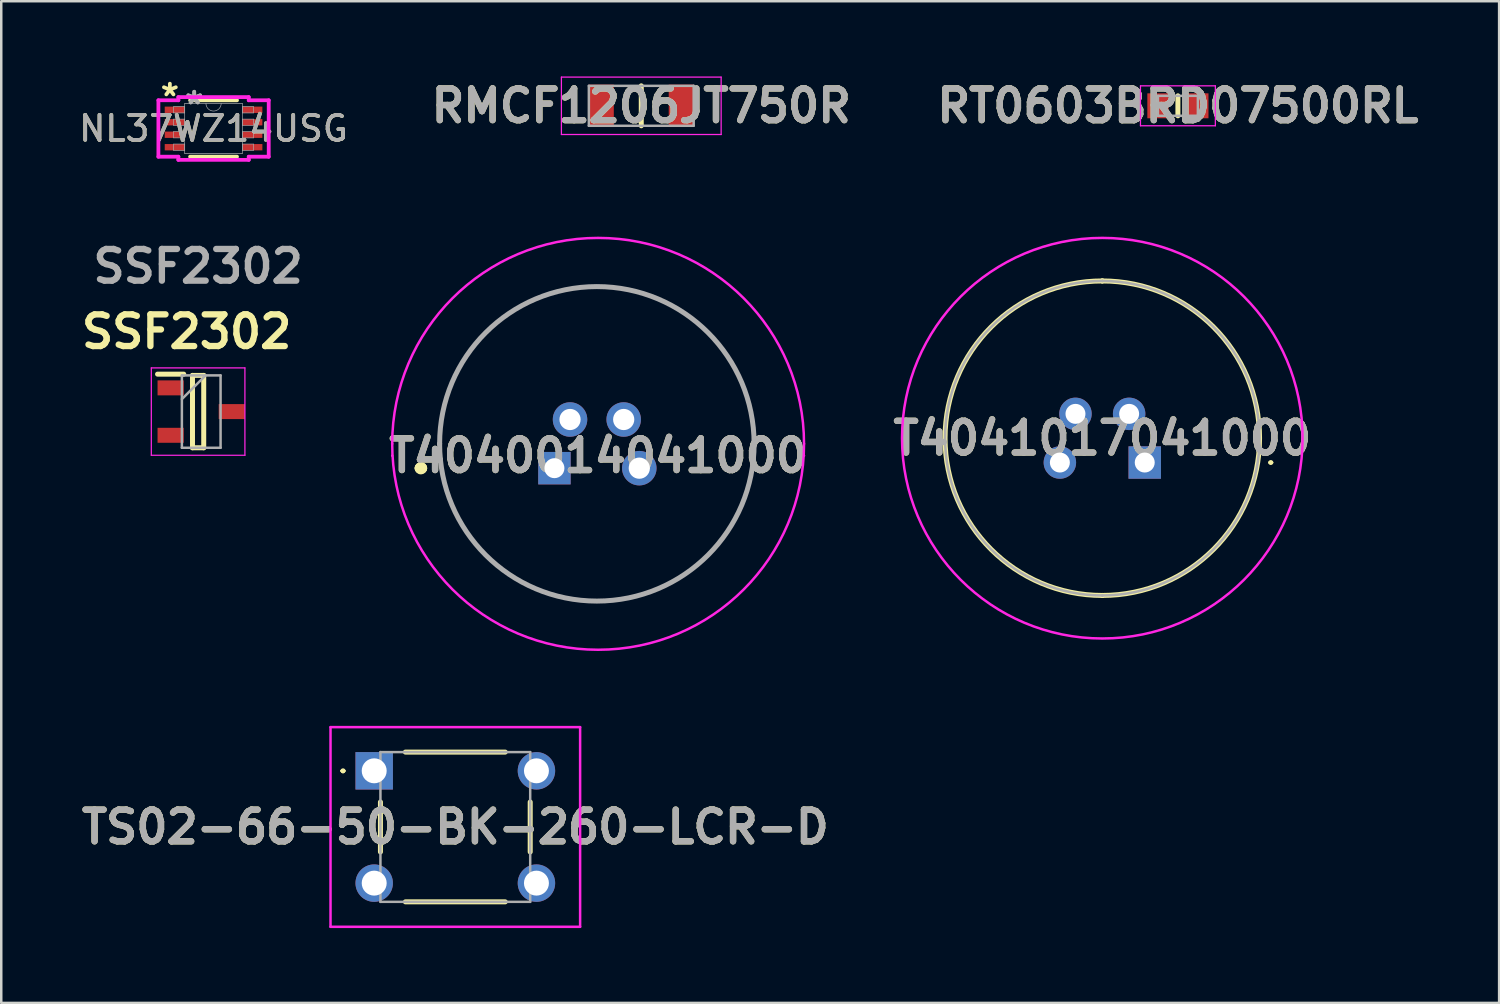
<source format=kicad_pcb>
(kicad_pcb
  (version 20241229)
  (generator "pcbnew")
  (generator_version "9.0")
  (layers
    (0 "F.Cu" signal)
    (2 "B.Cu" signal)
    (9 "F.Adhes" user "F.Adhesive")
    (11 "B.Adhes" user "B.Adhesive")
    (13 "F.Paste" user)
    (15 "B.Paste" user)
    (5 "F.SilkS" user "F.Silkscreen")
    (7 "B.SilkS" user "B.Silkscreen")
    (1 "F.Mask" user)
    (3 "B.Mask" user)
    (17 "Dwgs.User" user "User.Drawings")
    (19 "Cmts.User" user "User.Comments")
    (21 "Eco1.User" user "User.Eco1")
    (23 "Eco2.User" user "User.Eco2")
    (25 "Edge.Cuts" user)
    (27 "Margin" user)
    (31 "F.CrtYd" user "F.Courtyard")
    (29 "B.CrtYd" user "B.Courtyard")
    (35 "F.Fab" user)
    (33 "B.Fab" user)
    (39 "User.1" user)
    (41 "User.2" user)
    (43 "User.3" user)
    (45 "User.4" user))
  (footprint "RT0603BRD07500RL"
    (layer "F.Cu")
    (at 44.142 1.189)
    (property "Reference" "RT0603BRD07500RL" (at 0 0 0) (layer "F.SilkS") (effects (font (size 1.27 1.27) (thickness 0.254))))
    (attr smd)
    (fp_line (start 0 -0.4) (end 0 0.4) (stroke (width 0.2) (type solid)) (layer "F.SilkS"))
    (fp_line (start -1.5 -0.8) (end 1.5 -0.8) (stroke (width 0.05) (type solid)) (layer "F.CrtYd"))
    (fp_line (start -1.5 0.8) (end -1.5 -0.8) (stroke (width 0.05) (type solid)) (layer "F.CrtYd"))
    (fp_line (start 1.5 -0.8) (end 1.5 0.8) (stroke (width 0.05) (type solid)) (layer "F.CrtYd"))
    (fp_line (start 1.5 0.8) (end -1.5 0.8) (stroke (width 0.05) (type solid)) (layer "F.CrtYd"))
    (fp_line (start -0.8 0.4) (end -0.8 -0.4) (stroke (width 0.1) (type solid)) (layer "F.Fab"))
    (fp_line (start 0.8 -0.4) (end -0.8 -0.4) (stroke (width 0.1) (type solid)) (layer "F.Fab"))
    (fp_line (start 0.8 -0.4) (end 0.8 0.4) (stroke (width 0.1) (type solid)) (layer "F.Fab"))
    (fp_line (start 0.8 0.4) (end -0.8 0.4) (stroke (width 0.1) (type solid)) (layer "F.Fab"))
    (fp_text user "${REFERENCE}" (at 0 0 0) (layer "F.Fab") (effects (font (size 1.27 1.27) (thickness 0.254))))
    (pad "1" smd rect (at -0.8 0) (size 0.85 1) (layers "F.Cu" "F.Mask" "F.Paste"))
    (pad "2" smd rect (at 0.8 0) (size 0.85 1) (layers "F.Cu" "F.Mask" "F.Paste")))
  (footprint "T4040014041000"
    (layer "F.Cu")
    (at 19.163 15.707)
    (property "Reference" "T4040014041000" (at 1.75 -0.5 0) (layer "F.SilkS") (effects (font (size 1.27 1.27) (thickness 0.254))))
    (attr through_hole)
    (fp_line (start -5.4 0) (end -5.4 0) (stroke (width 0.4) (type solid)) (layer "F.SilkS"))
    (fp_line (start -5.3 0) (end -5.3 0) (stroke (width 0.4) (type solid)) (layer "F.SilkS"))
    (fp_line (start -4.6 -0.975) (end -4.6 -0.975) (stroke (width 0.1) (type solid)) (layer "F.SilkS"))
    (fp_line (start 8 -0.975) (end 8 -0.975) (stroke (width 0.1) (type solid)) (layer "F.SilkS"))
    (fp_arc (start -5.4 0) (mid -5.35 -0.05) (end -5.3 0) (stroke (width 0.4) (type solid)) (layer "F.SilkS"))
    (fp_arc (start -5.3 0) (mid -5.35 0.05) (end -5.4 0) (stroke (width 0.4) (type solid)) (layer "F.SilkS"))
    (fp_arc (start -4.6 -0.975) (mid 1.7 -7.275) (end 8 -0.975) (stroke (width 0.1) (type solid)) (layer "F.SilkS"))
    (fp_arc (start 8 -0.975) (mid 1.7 5.325) (end -4.6 -0.975) (stroke (width 0.1) (type solid)) (layer "F.SilkS"))
    (fp_line (start -6.5 -0.5) (end -6.5 -0.5) (stroke (width 0.1) (type solid)) (layer "F.CrtYd"))
    (fp_line (start 10 -0.5) (end 10 -0.5) (stroke (width 0.1) (type solid)) (layer "F.CrtYd"))
    (fp_arc (start -6.5 -0.975) (mid 1.75 -9.225) (end 10 -0.975) (stroke (width 0.1) (type solid)) (layer "F.CrtYd"))
    (fp_arc (start 10 -0.975) (mid 1.75 7.275) (end -6.5 -0.975) (stroke (width 0.1) (type solid)) (layer "F.CrtYd"))
    (fp_line (start -4.6 -0.975) (end -4.6 -0.975) (stroke (width 0.2) (type solid)) (layer "F.Fab"))
    (fp_line (start 8 -0.975) (end 8 -0.975) (stroke (width 0.2) (type solid)) (layer "F.Fab"))
    (fp_arc (start -4.6 -0.975) (mid 1.7 -7.275) (end 8 -0.975) (stroke (width 0.2) (type solid)) (layer "F.Fab"))
    (fp_arc (start 8 -0.975) (mid 1.7 5.325) (end -4.6 -0.975) (stroke (width 0.2) (type solid)) (layer "F.Fab"))
    (fp_text user "${REFERENCE}" (at 1.75 -0.5 0) (layer "F.Fab") (effects (font (size 1.27 1.27) (thickness 0.254))))
    (pad "1" thru_hole rect (at 0 0) (size 1.3 1.3) (drill 0.8) (layers "*.Cu" "*.Mask"))
    (pad "2" thru_hole circle (at 0.625 -1.95) (size 1.381 1.381) (drill 0.85) (layers "*.Cu" "*.Mask"))
    (pad "3" thru_hole circle (at 3.4 0) (size 1.381 1.381) (drill 0.85) (layers "*.Cu" "*.Mask"))
    (pad "4" thru_hole circle (at 2.775 -1.95) (size 1.381 1.381) (drill 0.85) (layers "*.Cu" "*.Mask")))
  (footprint "RMCF1206JT750R"
    (layer "F.Cu")
    (at 22.642 1.189)
    (property "Reference" "RMCF1206JT750R" (at 0 0 0) (layer "F.SilkS") (effects (font (size 1.27 1.27) (thickness 0.254))))
    (attr smd)
    (fp_line (start 0 -0.8) (end 0 0.8) (stroke (width 0.2) (type solid)) (layer "F.SilkS"))
    (fp_line (start -3.2 -1.15) (end 3.2 -1.15) (stroke (width 0.05) (type solid)) (layer "F.CrtYd"))
    (fp_line (start -3.2 1.15) (end -3.2 -1.15) (stroke (width 0.05) (type solid)) (layer "F.CrtYd"))
    (fp_line (start 3.2 -1.15) (end 3.2 1.15) (stroke (width 0.05) (type solid)) (layer "F.CrtYd"))
    (fp_line (start 3.2 1.15) (end -3.2 1.15) (stroke (width 0.05) (type solid)) (layer "F.CrtYd"))
    (fp_line (start -2.1 -0.8) (end 2.1 -0.8) (stroke (width 0.1) (type solid)) (layer "F.Fab"))
    (fp_line (start -2.1 0.8) (end -2.1 -0.8) (stroke (width 0.1) (type solid)) (layer "F.Fab"))
    (fp_line (start 2.1 -0.8) (end 2.1 0.8) (stroke (width 0.1) (type solid)) (layer "F.Fab"))
    (fp_line (start 2.1 0.8) (end -2.1 0.8) (stroke (width 0.1) (type solid)) (layer "F.Fab"))
    (fp_text user "${REFERENCE}" (at 0 0 0) (layer "F.Fab") (effects (font (size 1.27 1.27) (thickness 0.254))))
    (pad "1" smd rect (at -1.6 0) (size 1 1.7) (layers "F.Cu" "F.Mask" "F.Paste"))
    (pad "2" smd rect (at 1.6 0) (size 1 1.7) (layers "F.Cu" "F.Mask" "F.Paste")))
  (footprint "T4041017041000"
    (layer "F.Cu")
    (at 42.813 15.481)
    (property "Reference" "T4041017041000" (at -1.7 -0.975 0) (layer "F.SilkS") (effects (font (size 1.27 1.27) (thickness 0.254))))
    (attr through_hole)
    (fp_line (start -1.7 -7.275) (end -1.7 -7.275) (stroke (width 0.2) (type solid)) (layer "F.SilkS"))
    (fp_line (start -1.7 5.325) (end -1.7 5.325) (stroke (width 0.2) (type solid)) (layer "F.SilkS"))
    (fp_line (start 5 0) (end 5 0) (stroke (width 0.1) (type solid)) (layer "F.SilkS"))
    (fp_line (start 5.1 0) (end 5.1 0) (stroke (width 0.1) (type solid)) (layer "F.SilkS"))
    (fp_arc (start -1.7 -7.275) (mid 4.6 -0.975) (end -1.7 5.325) (stroke (width 0.2) (type solid)) (layer "F.SilkS"))
    (fp_arc (start -1.7 5.325) (mid -8 -0.975) (end -1.7 -7.275) (stroke (width 0.2) (type solid)) (layer "F.SilkS"))
    (fp_arc (start 5 0) (mid 5.05 -0.05) (end 5.1 0) (stroke (width 0.1) (type solid)) (layer "F.SilkS"))
    (fp_arc (start 5.1 0) (mid 5.05 0.05) (end 5 0) (stroke (width 0.1) (type solid)) (layer "F.SilkS"))
    (fp_circle (center -1.7 -0.975) (end -7 -7) (stroke (width 0.1) (type solid)) (fill no) (layer "F.CrtYd"))
    (fp_line (start -1.7 -7.275) (end -1.7 -7.275) (stroke (width 0.1) (type solid)) (layer "F.Fab"))
    (fp_line (start -1.7 5.325) (end -1.7 5.325) (stroke (width 0.1) (type solid)) (layer "F.Fab"))
    (fp_arc (start -1.7 -7.275) (mid 4.6 -0.975) (end -1.7 5.325) (stroke (width 0.1) (type solid)) (layer "F.Fab"))
    (fp_arc (start -1.7 5.325) (mid -8 -0.975) (end -1.7 -7.275) (stroke (width 0.1) (type solid)) (layer "F.Fab"))
    (fp_text user "${REFERENCE}" (at -1.7 -0.975 0) (layer "F.Fab") (effects (font (size 1.27 1.27) (thickness 0.254))))
    (pad "1" thru_hole rect (at 0 0) (size 1.3 1.3) (drill 0.8) (layers "*.Cu" "*.Mask"))
    (pad "2" thru_hole circle (at -0.625 -1.95) (size 1.3 1.3) (drill 0.8) (layers "*.Cu" "*.Mask"))
    (pad "3" thru_hole circle (at -3.4 0) (size 1.3 1.3) (drill 0.8) (layers "*.Cu" "*.Mask"))
    (pad "4" thru_hole circle (at -2.775 -1.95) (size 1.3 1.3) (drill 0.8) (layers "*.Cu" "*.Mask")))
  (footprint "SSF2302"
    (layer "F.Cu")
    (at 4.887 13.44)
    (property "Reference" "SSF2302" (at -0.46 -3.2 0) (layer "F.SilkS") (effects (font (size 1.27 1.27) (thickness 0.254))))
    (attr smd)
    (fp_line (start -1.625 -1.5) (end -0.575 -1.5) (stroke (width 0.2) (type solid)) (layer "F.SilkS"))
    (fp_line (start -0.225 -1.45) (end 0.225 -1.45) (stroke (width 0.2) (type solid)) (layer "F.SilkS"))
    (fp_line (start -0.225 1.45) (end -0.225 -1.45) (stroke (width 0.2) (type solid)) (layer "F.SilkS"))
    (fp_line (start 0.225 -1.45) (end 0.225 1.45) (stroke (width 0.2) (type solid)) (layer "F.SilkS"))
    (fp_line (start 0.225 1.45) (end -0.225 1.45) (stroke (width 0.2) (type solid)) (layer "F.SilkS"))
    (fp_line (start -1.875 -1.75) (end 1.875 -1.75) (stroke (width 0.05) (type solid)) (layer "F.CrtYd"))
    (fp_line (start -1.875 1.75) (end -1.875 -1.75) (stroke (width 0.05) (type solid)) (layer "F.CrtYd"))
    (fp_line (start 1.875 -1.75) (end 1.875 1.75) (stroke (width 0.05) (type solid)) (layer "F.CrtYd"))
    (fp_line (start 1.875 1.75) (end -1.875 1.75) (stroke (width 0.05) (type solid)) (layer "F.CrtYd"))
    (fp_line (start -0.65 -1.45) (end 0.9 -1.45) (stroke (width 0.1) (type solid)) (layer "F.Fab"))
    (fp_line (start -0.65 -0.5) (end 0.3 -1.45) (stroke (width 0.1) (type solid)) (layer "F.Fab"))
    (fp_line (start -0.65 1.45) (end -0.65 -1.45) (stroke (width 0.1) (type solid)) (layer "F.Fab"))
    (fp_line (start 0.9 -1.45) (end 0.9 1.45) (stroke (width 0.1) (type solid)) (layer "F.Fab"))
    (fp_line (start 0.9 1.45) (end -0.65 1.45) (stroke (width 0.1) (type solid)) (layer "F.Fab"))
    (fp_text user "${REFERENCE}" (at 0 -5.82 0) (layer "F.Fab") (effects (font (size 1.27 1.27) (thickness 0.254))))
    (pad "1" smd rect (at -1.1 -0.95 90) (size 0.6 1.05) (layers "F.Cu" "F.Mask" "F.Paste"))
    (pad "2" smd rect (at -1.1 0.95 90) (size 0.6 1.05) (layers "F.Cu" "F.Mask" "F.Paste"))
    (pad "3" smd rect (at 1.35 0 90) (size 0.6 1.05) (layers "F.Cu" "F.Mask" "F.Paste")))
  (footprint "TS02-66-50-BK-260-LCR-D"
    (layer "F.Cu")
    (at 11.942 27.832)
    (property "Reference" "TS02-66-50-BK-260-LCR-D" (at 3.25 2.25 0) (layer "F.SilkS") (effects (font (size 1.27 1.27) (thickness 0.254))))
    (attr through_hole)
    (fp_line (start -1.3 0) (end -1.3 0) (stroke (width 0.1) (type solid)) (layer "F.SilkS"))
    (fp_line (start -1.3 0) (end -1.3 0) (stroke (width 0.1) (type solid)) (layer "F.SilkS"))
    (fp_line (start -1.2 0) (end -1.2 0) (stroke (width 0.1) (type solid)) (layer "F.SilkS"))
    (fp_line (start 0.25 1.25) (end 0.25 3.25) (stroke (width 0.2) (type solid)) (layer "F.SilkS"))
    (fp_line (start 1.25 -0.75) (end 5.25 -0.75) (stroke (width 0.2) (type solid)) (layer "F.SilkS"))
    (fp_line (start 1.25 5.25) (end 5.25 5.25) (stroke (width 0.2) (type solid)) (layer "F.SilkS"))
    (fp_line (start 6.25 1.25) (end 6.25 3.25) (stroke (width 0.2) (type solid)) (layer "F.SilkS"))
    (fp_arc (start -1.3 0) (mid -1.25 -0.05) (end -1.2 0) (stroke (width 0.1) (type solid)) (layer "F.SilkS"))
    (fp_arc (start -1.2 0) (mid -1.25 0.05) (end -1.3 0) (stroke (width 0.1) (type solid)) (layer "F.SilkS"))
    (fp_arc (start -1.2 0) (mid -1.25 0.05) (end -1.3 0) (stroke (width 0.1) (type solid)) (layer "F.SilkS"))
    (fp_line (start -1.75 -1.75) (end 8.25 -1.75) (stroke (width 0.1) (type solid)) (layer "F.CrtYd"))
    (fp_line (start -1.75 6.25) (end -1.75 -1.75) (stroke (width 0.1) (type solid)) (layer "F.CrtYd"))
    (fp_line (start 8.25 -1.75) (end 8.25 6.25) (stroke (width 0.1) (type solid)) (layer "F.CrtYd"))
    (fp_line (start 8.25 6.25) (end -1.75 6.25) (stroke (width 0.1) (type solid)) (layer "F.CrtYd"))
    (fp_line (start 0.25 -0.75) (end 0.25 5.25) (stroke (width 0.1) (type solid)) (layer "F.Fab"))
    (fp_line (start 0.25 5.25) (end 6.25 5.25) (stroke (width 0.1) (type solid)) (layer "F.Fab"))
    (fp_line (start 6.25 -0.75) (end 0.25 -0.75) (stroke (width 0.1) (type solid)) (layer "F.Fab"))
    (fp_line (start 6.25 5.25) (end 6.25 -0.75) (stroke (width 0.1) (type solid)) (layer "F.Fab"))
    (fp_text user "${REFERENCE}" (at 3.25 2.25 0) (layer "F.Fab") (effects (font (size 1.27 1.27) (thickness 0.254))))
    (pad "1" thru_hole rect (at 0 0) (size 1.5 1.5) (drill 1) (layers "*.Cu" "*.Mask"))
    (pad "2" thru_hole circle (at 6.5 0) (size 1.5 1.5) (drill 1) (layers "*.Cu" "*.Mask"))
    (pad "3" thru_hole circle (at 0 4.5) (size 1.5 1.5) (drill 1) (layers "*.Cu" "*.Mask"))
    (pad "4" thru_hole circle (at 6.5 4.5) (size 1.5 1.5) (drill 1) (layers "*.Cu" "*.Mask")))
  (footprint "NL37WZ14USG"
    (layer "F.Cu")
    (at 5.506 2.098)
    (property "Reference" "NL37WZ14USG" (at 0 0 0) (unlocked yes) (layer "F.SilkS") (effects (font (size 1 1) (thickness 0.15))))
    (attr smd)
    (fp_line (start -0.94 1.13) (end 0.94 1.13) (stroke (width 0.152) (type solid)) (layer "F.SilkS"))
    (fp_line (start 0.94 -1.13) (end -0.94 -1.13) (stroke (width 0.152) (type solid)) (layer "F.SilkS"))
    (fp_line (start -2.21 -1.131) (end -1.41 -1.131) (stroke (width 0.152) (type solid)) (layer "F.CrtYd"))
    (fp_line (start -2.21 1.131) (end -2.21 -1.131) (stroke (width 0.152) (type solid)) (layer "F.CrtYd"))
    (fp_line (start -2.21 1.131) (end -1.41 1.131) (stroke (width 0.152) (type solid)) (layer "F.CrtYd"))
    (fp_line (start -1.41 -1.257) (end 1.41 -1.257) (stroke (width 0.152) (type solid)) (layer "F.CrtYd"))
    (fp_line (start -1.41 -1.131) (end -1.41 -1.257) (stroke (width 0.152) (type solid)) (layer "F.CrtYd"))
    (fp_line (start -1.41 1.257) (end -1.41 1.131) (stroke (width 0.152) (type solid)) (layer "F.CrtYd"))
    (fp_line (start 1.41 -1.257) (end 1.41 -1.131) (stroke (width 0.152) (type solid)) (layer "F.CrtYd"))
    (fp_line (start 1.41 1.131) (end 1.41 1.257) (stroke (width 0.152) (type solid)) (layer "F.CrtYd"))
    (fp_line (start 1.41 1.257) (end -1.41 1.257) (stroke (width 0.152) (type solid)) (layer "F.CrtYd"))
    (fp_line (start 2.21 -1.131) (end 1.41 -1.131) (stroke (width 0.152) (type solid)) (layer "F.CrtYd"))
    (fp_line (start 2.21 -1.131) (end 2.21 1.131) (stroke (width 0.152) (type solid)) (layer "F.CrtYd"))
    (fp_line (start 2.21 1.131) (end 1.41 1.131) (stroke (width 0.152) (type solid)) (layer "F.CrtYd"))
    (fp_line (start -1.6 -0.877) (end -1.6 -0.623) (stroke (width 0.025) (type solid)) (layer "F.Fab"))
    (fp_line (start -1.6 -0.623) (end -1.156 -0.623) (stroke (width 0.025) (type solid)) (layer "F.Fab"))
    (fp_line (start -1.6 -0.377) (end -1.6 -0.123) (stroke (width 0.025) (type solid)) (layer "F.Fab"))
    (fp_line (start -1.6 -0.123) (end -1.156 -0.123) (stroke (width 0.025) (type solid)) (layer "F.Fab"))
    (fp_line (start -1.6 0.123) (end -1.6 0.377) (stroke (width 0.025) (type solid)) (layer "F.Fab"))
    (fp_line (start -1.6 0.377) (end -1.156 0.377) (stroke (width 0.025) (type solid)) (layer "F.Fab"))
    (fp_line (start -1.6 0.623) (end -1.6 0.877) (stroke (width 0.025) (type solid)) (layer "F.Fab"))
    (fp_line (start -1.6 0.877) (end -1.156 0.877) (stroke (width 0.025) (type solid)) (layer "F.Fab"))
    (fp_line (start -1.156 -1.003) (end -1.156 1.003) (stroke (width 0.025) (type solid)) (layer "F.Fab"))
    (fp_line (start -1.156 -0.877) (end -1.6 -0.877) (stroke (width 0.025) (type solid)) (layer "F.Fab"))
    (fp_line (start -1.156 -0.623) (end -1.156 -0.877) (stroke (width 0.025) (type solid)) (layer "F.Fab"))
    (fp_line (start -1.156 -0.377) (end -1.6 -0.377) (stroke (width 0.025) (type solid)) (layer "F.Fab"))
    (fp_line (start -1.156 -0.123) (end -1.156 -0.377) (stroke (width 0.025) (type solid)) (layer "F.Fab"))
    (fp_line (start -1.156 0.123) (end -1.6 0.123) (stroke (width 0.025) (type solid)) (layer "F.Fab"))
    (fp_line (start -1.156 0.377) (end -1.156 0.123) (stroke (width 0.025) (type solid)) (layer "F.Fab"))
    (fp_line (start -1.156 0.623) (end -1.6 0.623) (stroke (width 0.025) (type solid)) (layer "F.Fab"))
    (fp_line (start -1.156 0.877) (end -1.156 0.623) (stroke (width 0.025) (type solid)) (layer "F.Fab"))
    (fp_line (start -1.156 1.003) (end 1.156 1.003) (stroke (width 0.025) (type solid)) (layer "F.Fab"))
    (fp_line (start 1.156 -1.003) (end -1.156 -1.003) (stroke (width 0.025) (type solid)) (layer "F.Fab"))
    (fp_line (start 1.156 -0.877) (end 1.156 -0.623) (stroke (width 0.025) (type solid)) (layer "F.Fab"))
    (fp_line (start 1.156 -0.623) (end 1.6 -0.623) (stroke (width 0.025) (type solid)) (layer "F.Fab"))
    (fp_line (start 1.156 -0.377) (end 1.156 -0.123) (stroke (width 0.025) (type solid)) (layer "F.Fab"))
    (fp_line (start 1.156 -0.123) (end 1.6 -0.123) (stroke (width 0.025) (type solid)) (layer "F.Fab"))
    (fp_line (start 1.156 0.123) (end 1.156 0.377) (stroke (width 0.025) (type solid)) (layer "F.Fab"))
    (fp_line (start 1.156 0.377) (end 1.6 0.377) (stroke (width 0.025) (type solid)) (layer "F.Fab"))
    (fp_line (start 1.156 0.623) (end 1.156 0.877) (stroke (width 0.025) (type solid)) (layer "F.Fab"))
    (fp_line (start 1.156 0.877) (end 1.6 0.877) (stroke (width 0.025) (type solid)) (layer "F.Fab"))
    (fp_line (start 1.156 1.003) (end 1.156 -1.003) (stroke (width 0.025) (type solid)) (layer "F.Fab"))
    (fp_line (start 1.6 -0.877) (end 1.156 -0.877) (stroke (width 0.025) (type solid)) (layer "F.Fab"))
    (fp_line (start 1.6 -0.623) (end 1.6 -0.877) (stroke (width 0.025) (type solid)) (layer "F.Fab"))
    (fp_line (start 1.6 -0.377) (end 1.156 -0.377) (stroke (width 0.025) (type solid)) (layer "F.Fab"))
    (fp_line (start 1.6 -0.123) (end 1.6 -0.377) (stroke (width 0.025) (type solid)) (layer "F.Fab"))
    (fp_line (start 1.6 0.123) (end 1.156 0.123) (stroke (width 0.025) (type solid)) (layer "F.Fab"))
    (fp_line (start 1.6 0.377) (end 1.6 0.123) (stroke (width 0.025) (type solid)) (layer "F.Fab"))
    (fp_line (start 1.6 0.623) (end 1.156 0.623) (stroke (width 0.025) (type solid)) (layer "F.Fab"))
    (fp_line (start 1.6 0.877) (end 1.6 0.623) (stroke (width 0.025) (type solid)) (layer "F.Fab"))
    (fp_arc (start 0.3048 -1.0033) (mid 0 -0.6985) (end -0.3048 -1.0033) (stroke (width 0.0254) (type solid)) (layer "F.Fab"))
    (fp_text user "*" (at -1.75 -1.25 0) (layer "F.SilkS") (effects (font (size 1 1) (thickness 0.15))))
    (fp_text user "${REFERENCE}" (at 0 0 0) (unlocked yes) (layer "F.Fab") (effects (font (size 1 1) (thickness 0.15))))
    (fp_text user "*" (at -0.775 -0.927 0) (layer "F.Fab") (effects (font (size 1 1) (thickness 0.15))))
    (fp_text user "*" (at -0.775 -0.927 0) (unlocked yes) (layer "F.Fab") (effects (font (size 1 1) (thickness 0.15))))
    (pad "1" smd rect (at -1.556 -0.75) (size 0.8 0.254) (layers "F.Cu" "F.Mask" "F.Paste"))
    (pad "2" smd rect (at -1.556 -0.25) (size 0.8 0.254) (layers "F.Cu" "F.Mask" "F.Paste"))
    (pad "3" smd rect (at -1.556 0.25) (size 0.8 0.254) (layers "F.Cu" "F.Mask" "F.Paste"))
    (pad "4" smd rect (at -1.556 0.75) (size 0.8 0.254) (layers "F.Cu" "F.Mask" "F.Paste"))
    (pad "5" smd rect (at 1.556 0.75) (size 0.8 0.254) (layers "F.Cu" "F.Mask" "F.Paste"))
    (pad "6" smd rect (at 1.556 0.25) (size 0.8 0.254) (layers "F.Cu" "F.Mask" "F.Paste"))
    (pad "7" smd rect (at 1.556 -0.25) (size 0.8 0.254) (layers "F.Cu" "F.Mask" "F.Paste"))
    (pad "8" smd rect (at 1.556 -0.75) (size 0.8 0.254) (layers "F.Cu" "F.Mask" "F.Paste")))
  (gr_rect
    (start -3 -3)
    (end 57.011 37.132)
    (stroke (width 0.1) (type default))
    (fill no)
    (layer "Edge.Cuts")))
</source>
